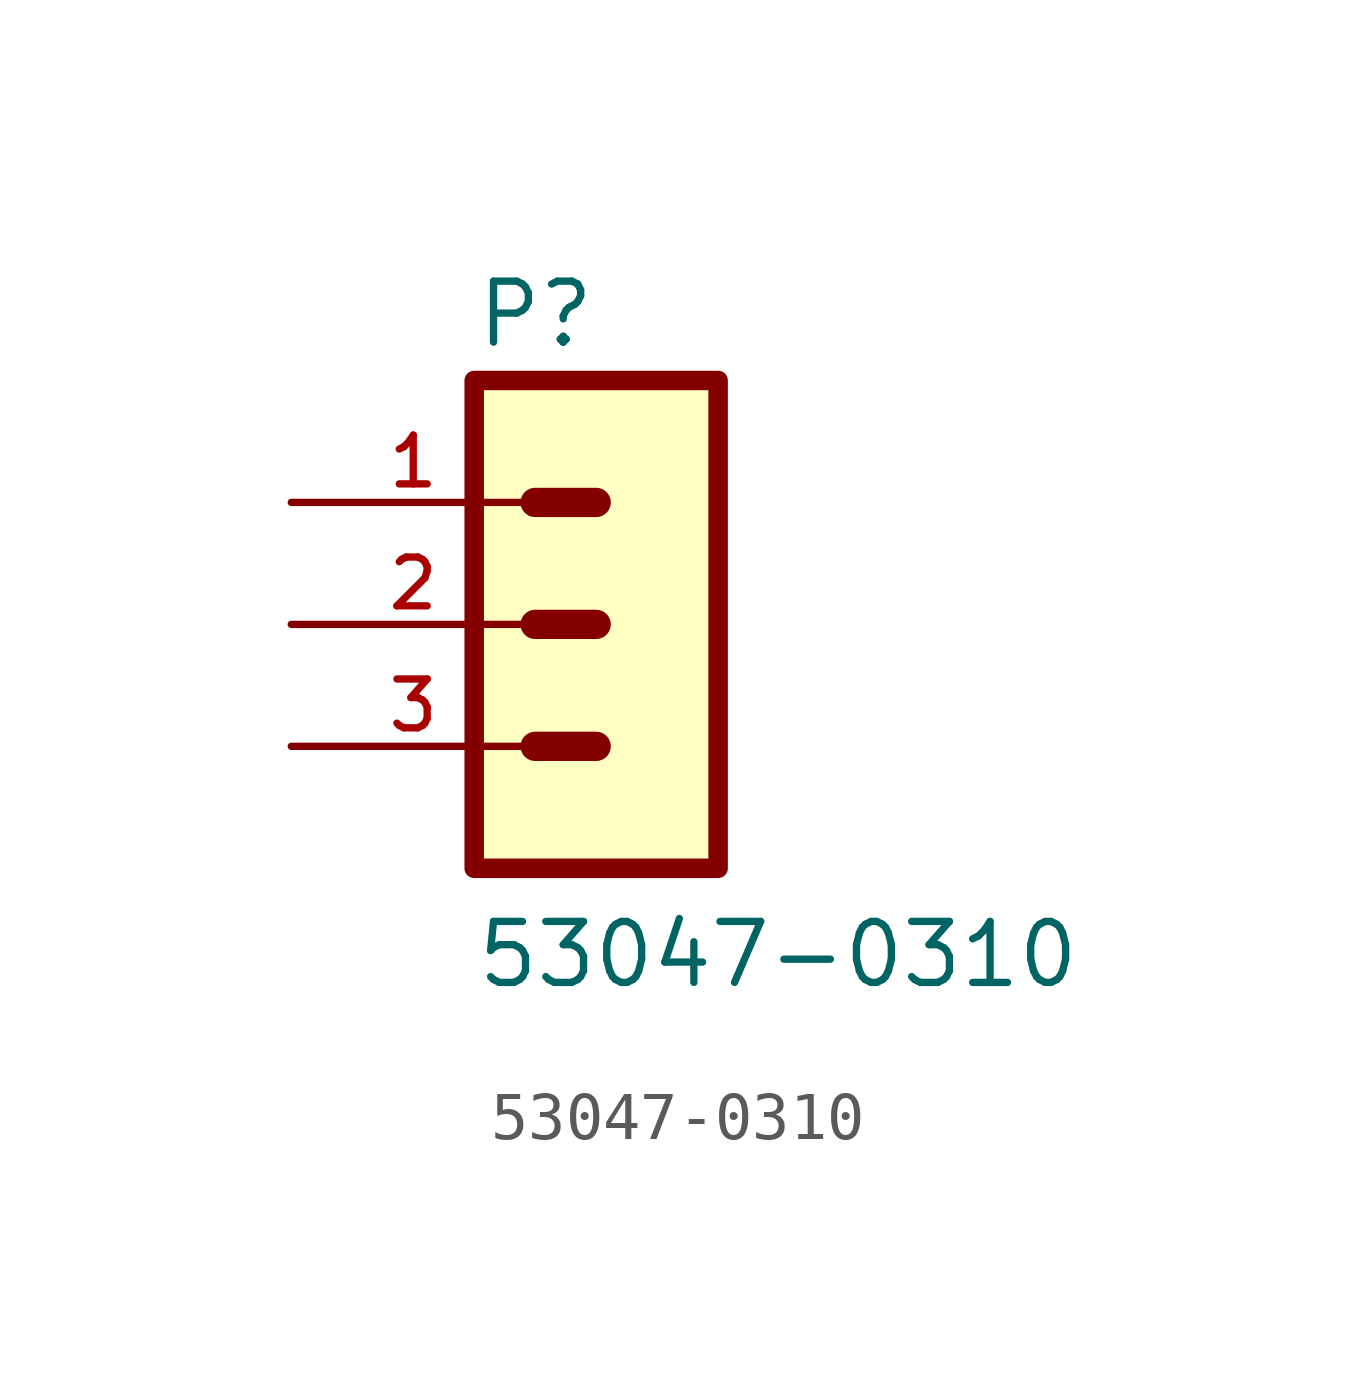
<source format=kicad_sym>
(kicad_symbol_lib
  (version 20211014)
  (generator kicad_symbol_editor)
  (symbol "53047-0310"
    (pin_names
      (offset 1.016))
    (property "Reference" "P"
      (at -1.27 5.715 0)
      (effects (font (size 1.27 1.27)) (justify bottom left)))
    (property "Value" "53047-0310"
      (at -1.27 -7.62 0)
      (effects (font (size 1.27 1.27)) (justify bottom left)))
    (symbol "53047-0310_0_0"
      (polyline (pts (xy 1.27 2.54) (xy 0.0 2.54)) (stroke (width 0.61)))
      (polyline (pts (xy 1.27 0.0) (xy 0.0 0.0)) (stroke (width 0.61)))
      (polyline (pts (xy 1.27 -2.54) (xy 0.0 -2.54)) (stroke (width 0.61)))
      (rectangle (start -1.27 -5.08) (end 3.81 5.08) (stroke (width 0.406)) (fill (type background)))
      (pin passive line (at -5.08 2.54 0) (length 5.08) (name "~" (effects (font (size 1.016 1.016)))) (number "1" (effects (font (size 1.016 1.016)))))
      (pin passive line (at -5.08 0.0 0) (length 5.08) (name "~" (effects (font (size 1.016 1.016)))) (number "2" (effects (font (size 1.016 1.016)))))
      (pin passive line (at -5.08 -2.54 0) (length 5.08) (name "~" (effects (font (size 1.016 1.016)))) (number "3" (effects (font (size 1.016 1.016))))))))
</source>
